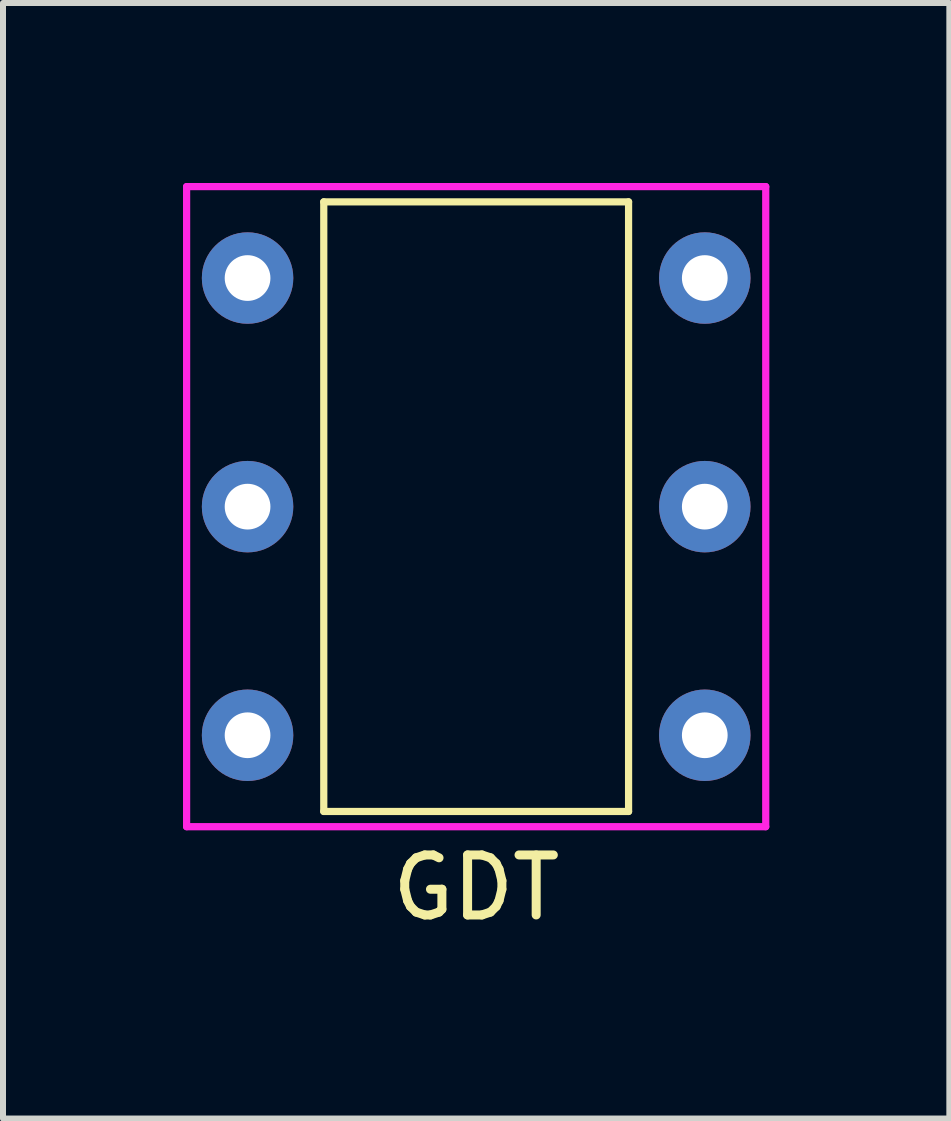
<source format=kicad_pcb>
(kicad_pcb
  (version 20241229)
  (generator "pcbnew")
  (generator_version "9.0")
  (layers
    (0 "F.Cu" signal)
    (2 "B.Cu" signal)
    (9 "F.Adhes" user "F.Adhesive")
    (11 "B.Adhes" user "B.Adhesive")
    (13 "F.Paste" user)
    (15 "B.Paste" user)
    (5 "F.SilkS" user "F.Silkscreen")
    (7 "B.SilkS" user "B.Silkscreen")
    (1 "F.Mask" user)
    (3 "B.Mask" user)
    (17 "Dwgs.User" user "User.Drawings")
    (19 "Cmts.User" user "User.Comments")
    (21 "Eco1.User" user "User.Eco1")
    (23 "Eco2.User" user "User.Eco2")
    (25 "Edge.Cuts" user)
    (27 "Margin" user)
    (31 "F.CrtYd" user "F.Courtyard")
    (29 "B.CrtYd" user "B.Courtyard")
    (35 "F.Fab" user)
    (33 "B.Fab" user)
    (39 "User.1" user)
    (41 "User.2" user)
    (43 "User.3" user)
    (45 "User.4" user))
  (footprint "GDT"
    (layer "F.Cu")
    (at 4.886 5.394)
    (property "Reference" "GDT" (at 0 6.35 0) (layer "F.SilkS") (effects (font (size 1 1) (thickness 0.15))))
    (attr through_hole)
    (fp_line (start -2.54 -5.08) (end 2.54 -5.08) (stroke (width 0.12) (type solid)) (layer "F.SilkS"))
    (fp_line (start -2.54 5.08) (end -2.54 -5.08) (stroke (width 0.12) (type solid)) (layer "F.SilkS"))
    (fp_line (start 2.54 -5.08) (end 2.54 5.08) (stroke (width 0.12) (type solid)) (layer "F.SilkS"))
    (fp_line (start 2.54 5.08) (end -2.54 5.08) (stroke (width 0.12) (type solid)) (layer "F.SilkS"))
    (fp_line (start -2.54 -3.81) (end -1.524 -3.81) (stroke (width 0.12) (type solid)) (layer "B.Paste"))
    (fp_line (start -2.54 0) (end -1.524 0) (stroke (width 0.12) (type solid)) (layer "B.Paste"))
    (fp_line (start -2.54 3.81) (end -1.524 3.81) (stroke (width 0.12) (type solid)) (layer "B.Paste"))
    (fp_line (start 1.524 -3.81) (end 2.54 -3.81) (stroke (width 0.12) (type solid)) (layer "B.Paste"))
    (fp_line (start 1.524 0) (end 2.54 0) (stroke (width 0.12) (type solid)) (layer "B.Paste"))
    (fp_line (start 1.524 3.81) (end 2.54 3.81) (stroke (width 0.12) (type solid)) (layer "B.Paste"))
    (fp_arc (start -1.524 -3.81) (mid -1.016 -4.318) (end -0.508 -3.81) (stroke (width 0.12) (type solid)) (layer "B.Paste"))
    (fp_arc (start -1.524 0) (mid -1.016 -0.508) (end -0.508 0) (stroke (width 0.12) (type solid)) (layer "B.Paste"))
    (fp_arc (start -1.524 3.81) (mid -1.016 3.302) (end -0.508 3.81) (stroke (width 0.12) (type solid)) (layer "B.Paste"))
    (fp_arc (start -0.508 -3.81) (mid 0 -4.318) (end 0.508 -3.81) (stroke (width 0.12) (type solid)) (layer "B.Paste"))
    (fp_arc (start -0.508 0) (mid 0 -0.508) (end 0.508 0) (stroke (width 0.12) (type solid)) (layer "B.Paste"))
    (fp_arc (start -0.508 3.81) (mid 0 3.302) (end 0.508 3.81) (stroke (width 0.12) (type solid)) (layer "B.Paste"))
    (fp_arc (start 0.508 -3.81) (mid 1.016 -4.318) (end 1.524 -3.81) (stroke (width 0.12) (type solid)) (layer "B.Paste"))
    (fp_arc (start 0.508 0) (mid 1.016 -0.508) (end 1.524 0) (stroke (width 0.12) (type solid)) (layer "B.Paste"))
    (fp_arc (start 0.508 3.81) (mid 1.016 3.302) (end 1.524 3.81) (stroke (width 0.12) (type solid)) (layer "B.Paste"))
    (fp_circle (center 1.778 -4.572) (end 1.778 -4.318) (stroke (width 0.12) (type solid)) (fill no) (layer "B.Paste"))
    (fp_circle (center 1.778 -0.762) (end 2.032 -0.762) (stroke (width 0.12) (type solid)) (fill no) (layer "B.Paste"))
    (fp_circle (center 1.778 3.048) (end 1.778 2.794) (stroke (width 0.12) (type solid)) (fill no) (layer "B.Paste"))
    (fp_line (start -4.826 -5.334) (end 4.826 -5.334) (stroke (width 0.12) (type solid)) (layer "F.CrtYd"))
    (fp_line (start -4.826 5.334) (end -4.826 -5.334) (stroke (width 0.12) (type solid)) (layer "F.CrtYd"))
    (fp_line (start 4.826 -5.334) (end 4.826 5.334) (stroke (width 0.12) (type solid)) (layer "F.CrtYd"))
    (fp_line (start 4.826 5.334) (end -4.826 5.334) (stroke (width 0.12) (type solid)) (layer "F.CrtYd"))
    (pad "1" thru_hole circle (at -3.81 -3.81) (size 1.524 1.524) (drill 0.762) (layers "*.Cu" "*.Mask"))
    (pad "2" thru_hole circle (at 3.81 -3.81) (size 1.524 1.524) (drill 0.762) (layers "*.Cu" "*.Mask"))
    (pad "3" thru_hole circle (at -3.81 0) (size 1.524 1.524) (drill 0.762) (layers "*.Cu" "*.Mask"))
    (pad "4" thru_hole circle (at 3.81 0) (size 1.524 1.524) (drill 0.762) (layers "*.Cu" "*.Mask"))
    (pad "5" thru_hole circle (at -3.81 3.81) (size 1.524 1.524) (drill 0.762) (layers "*.Cu" "*.Mask"))
    (pad "6" thru_hole circle (at 3.81 3.81) (size 1.524 1.524) (drill 0.762) (layers "*.Cu" "*.Mask")))
  (gr_rect
    (start -3 -3)
    (end 12.772 15.592)
    (stroke (width 0.1) (type default))
    (fill no)
    (layer "Edge.Cuts")))
</source>
